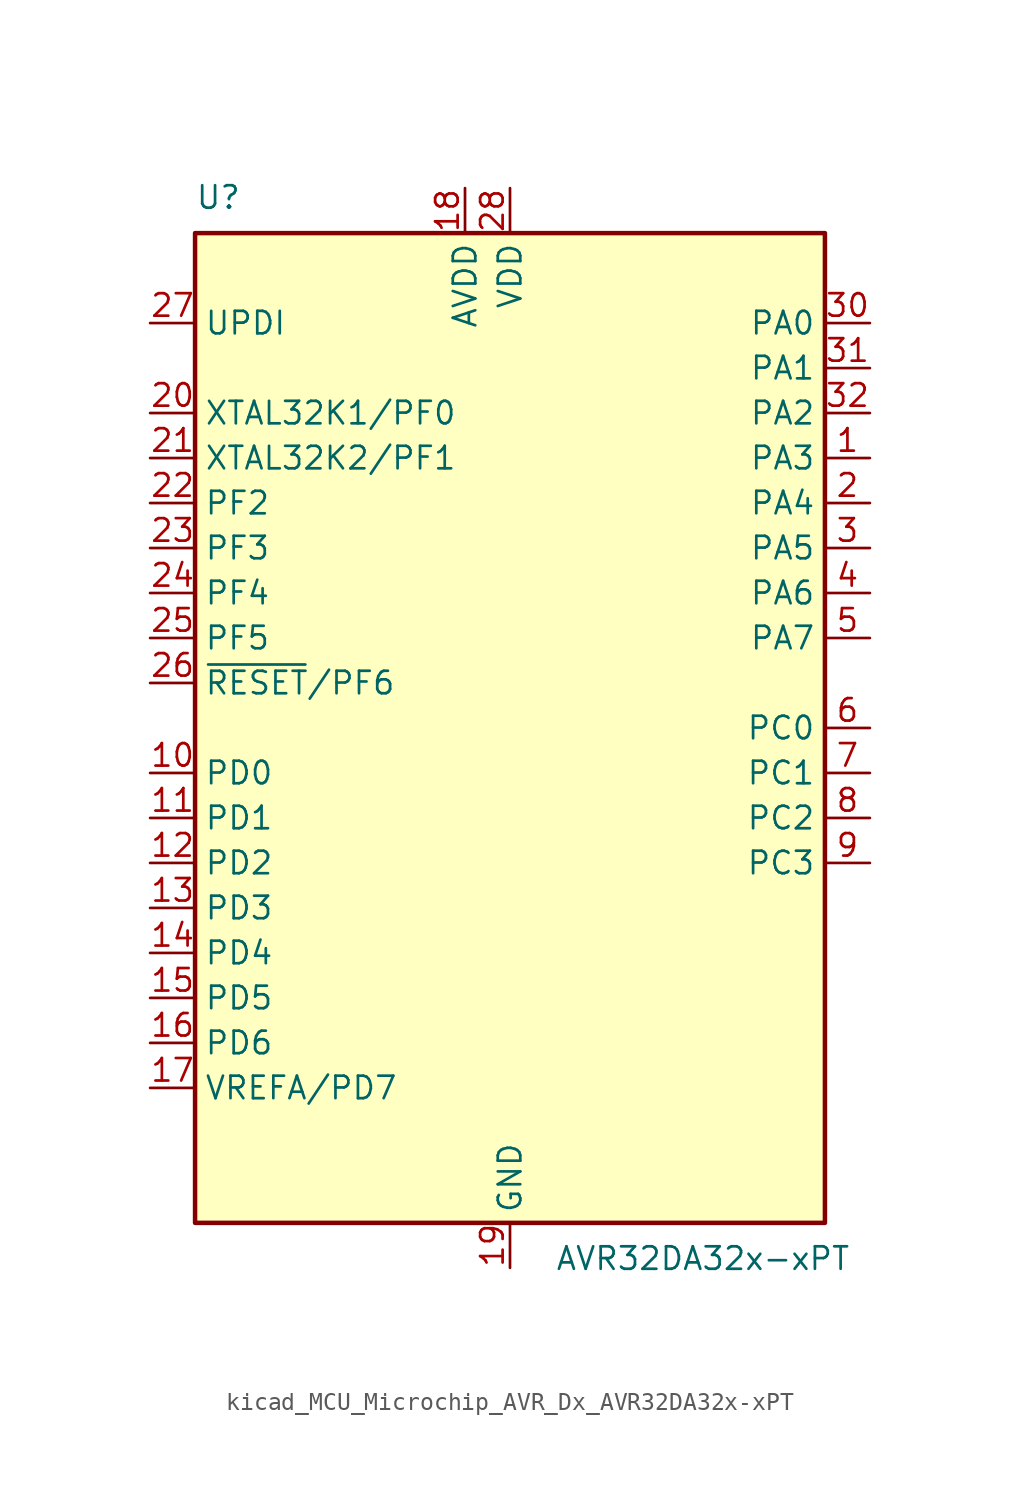
<source format=kicad_sym>
(kicad_symbol_lib
  (version 20220914)
  (generator kicad_symbol_editor)
  (symbol "kicad_MCU_Microchip_AVR_Dx_AVR32DA32x-xPT"
    (property "Reference" "U"
      (at -17.78 29.21 0)
      (effects (font (size 1.27 1.27)) (justify left bottom)))
    (property "Value" "AVR32DA32x-xPT"
      (at 2.54 -29.21 0)
      (effects (font (size 1.27 1.27)) (justify left top)))
    (symbol "kicad_MCU_Microchip_AVR_Dx_AVR32DA32x-xPT_0_1"
      (rectangle (start -17.78 27.94) (end 17.78 -27.94) (stroke (width 0.254) (type default)) (fill (type background))))
    (symbol "kicad_MCU_Microchip_AVR_Dx_AVR32DA32x-xPT_1_1"
      (pin bidirectional line (at 20.32 15.24 180) (length 2.54) (name "PA3" (effects (font (size 1.27 1.27)))) (number "1" (effects (font (size 1.27 1.27)))))
      (pin bidirectional line (at -20.32 -2.54 0) (length 2.54) (name "PD0" (effects (font (size 1.27 1.27)))) (number "10" (effects (font (size 1.27 1.27)))))
      (pin bidirectional line (at -20.32 -5.08 0) (length 2.54) (name "PD1" (effects (font (size 1.27 1.27)))) (number "11" (effects (font (size 1.27 1.27)))))
      (pin bidirectional line (at -20.32 -7.62 0) (length 2.54) (name "PD2" (effects (font (size 1.27 1.27)))) (number "12" (effects (font (size 1.27 1.27)))))
      (pin bidirectional line (at -20.32 -10.16 0) (length 2.54) (name "PD3" (effects (font (size 1.27 1.27)))) (number "13" (effects (font (size 1.27 1.27)))))
      (pin bidirectional line (at -20.32 -12.7 0) (length 2.54) (name "PD4" (effects (font (size 1.27 1.27)))) (number "14" (effects (font (size 1.27 1.27)))))
      (pin bidirectional line (at -20.32 -15.24 0) (length 2.54) (name "PD5" (effects (font (size 1.27 1.27)))) (number "15" (effects (font (size 1.27 1.27)))))
      (pin bidirectional line (at -20.32 -17.78 0) (length 2.54) (name "PD6" (effects (font (size 1.27 1.27)))) (number "16" (effects (font (size 1.27 1.27)))))
      (pin bidirectional line (at -20.32 -20.32 0) (length 2.54) (name "VREFA/PD7" (effects (font (size 1.27 1.27)))) (number "17" (effects (font (size 1.27 1.27)))))
      (pin power_in line (at -2.54 30.48 270) (length 2.54) (name "AVDD" (effects (font (size 1.27 1.27)))) (number "18" (effects (font (size 1.27 1.27)))))
      (pin power_in line (at 0 -30.48 90) (length 2.54) (name "GND" (effects (font (size 1.27 1.27)))) (number "19" (effects (font (size 1.27 1.27)))))
      (pin bidirectional line (at 20.32 12.7 180) (length 2.54) (name "PA4" (effects (font (size 1.27 1.27)))) (number "2" (effects (font (size 1.27 1.27)))))
      (pin bidirectional line (at -20.32 17.78 0) (length 2.54) (name "XTAL32K1/PF0" (effects (font (size 1.27 1.27)))) (number "20" (effects (font (size 1.27 1.27)))))
      (pin bidirectional line (at -20.32 15.24 0) (length 2.54) (name "XTAL32K2/PF1" (effects (font (size 1.27 1.27)))) (number "21" (effects (font (size 1.27 1.27)))))
      (pin bidirectional line (at -20.32 12.7 0) (length 2.54) (name "PF2" (effects (font (size 1.27 1.27)))) (number "22" (effects (font (size 1.27 1.27)))))
      (pin bidirectional line (at -20.32 10.16 0) (length 2.54) (name "PF3" (effects (font (size 1.27 1.27)))) (number "23" (effects (font (size 1.27 1.27)))))
      (pin bidirectional line (at -20.32 7.62 0) (length 2.54) (name "PF4" (effects (font (size 1.27 1.27)))) (number "24" (effects (font (size 1.27 1.27)))))
      (pin bidirectional line (at -20.32 5.08 0) (length 2.54) (name "PF5" (effects (font (size 1.27 1.27)))) (number "25" (effects (font (size 1.27 1.27)))))
      (pin bidirectional line (at -20.32 2.54 0) (length 2.54) (name "~{RESET}/PF6" (effects (font (size 1.27 1.27)))) (number "26" (effects (font (size 1.27 1.27)))))
      (pin input line (at -20.32 22.86 0) (length 2.54) (name "UPDI" (effects (font (size 1.27 1.27)))) (number "27" (effects (font (size 1.27 1.27)))))
      (pin power_in line (at 0 30.48 270) (length 2.54) (name "VDD" (effects (font (size 1.27 1.27)))) (number "28" (effects (font (size 1.27 1.27)))))
      (pin passive line (at 0 -30.48 90) (length 2.54) hide (name "GND" (effects (font (size 1.27 1.27)))) (number "29" (effects (font (size 1.27 1.27)))))
      (pin bidirectional line (at 20.32 10.16 180) (length 2.54) (name "PA5" (effects (font (size 1.27 1.27)))) (number "3" (effects (font (size 1.27 1.27)))))
      (pin bidirectional line (at 20.32 22.86 180) (length 2.54) (name "PA0" (effects (font (size 1.27 1.27)))) (number "30" (effects (font (size 1.27 1.27)))))
      (pin bidirectional line (at 20.32 20.32 180) (length 2.54) (name "PA1" (effects (font (size 1.27 1.27)))) (number "31" (effects (font (size 1.27 1.27)))))
      (pin bidirectional line (at 20.32 17.78 180) (length 2.54) (name "PA2" (effects (font (size 1.27 1.27)))) (number "32" (effects (font (size 1.27 1.27)))))
      (pin bidirectional line (at 20.32 7.62 180) (length 2.54) (name "PA6" (effects (font (size 1.27 1.27)))) (number "4" (effects (font (size 1.27 1.27)))))
      (pin bidirectional line (at 20.32 5.08 180) (length 2.54) (name "PA7" (effects (font (size 1.27 1.27)))) (number "5" (effects (font (size 1.27 1.27)))))
      (pin bidirectional line (at 20.32 0 180) (length 2.54) (name "PC0" (effects (font (size 1.27 1.27)))) (number "6" (effects (font (size 1.27 1.27)))))
      (pin bidirectional line (at 20.32 -2.54 180) (length 2.54) (name "PC1" (effects (font (size 1.27 1.27)))) (number "7" (effects (font (size 1.27 1.27)))))
      (pin bidirectional line (at 20.32 -5.08 180) (length 2.54) (name "PC2" (effects (font (size 1.27 1.27)))) (number "8" (effects (font (size 1.27 1.27)))))
      (pin bidirectional line (at 20.32 -7.62 180) (length 2.54) (name "PC3" (effects (font (size 1.27 1.27)))) (number "9" (effects (font (size 1.27 1.27))))))))
</source>
